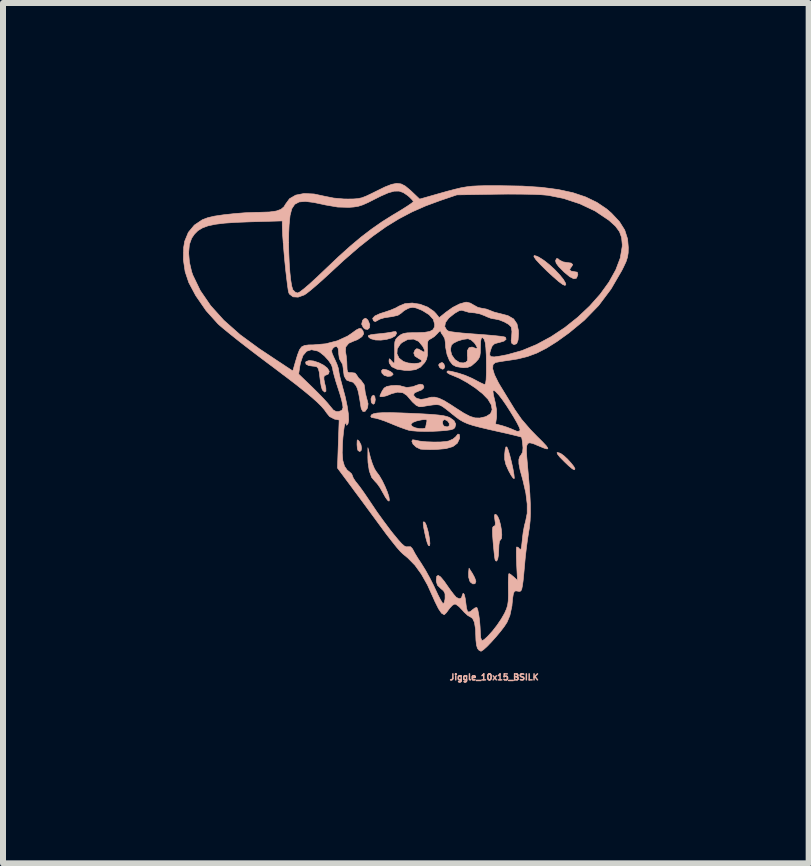
<source format=kicad_pcb>
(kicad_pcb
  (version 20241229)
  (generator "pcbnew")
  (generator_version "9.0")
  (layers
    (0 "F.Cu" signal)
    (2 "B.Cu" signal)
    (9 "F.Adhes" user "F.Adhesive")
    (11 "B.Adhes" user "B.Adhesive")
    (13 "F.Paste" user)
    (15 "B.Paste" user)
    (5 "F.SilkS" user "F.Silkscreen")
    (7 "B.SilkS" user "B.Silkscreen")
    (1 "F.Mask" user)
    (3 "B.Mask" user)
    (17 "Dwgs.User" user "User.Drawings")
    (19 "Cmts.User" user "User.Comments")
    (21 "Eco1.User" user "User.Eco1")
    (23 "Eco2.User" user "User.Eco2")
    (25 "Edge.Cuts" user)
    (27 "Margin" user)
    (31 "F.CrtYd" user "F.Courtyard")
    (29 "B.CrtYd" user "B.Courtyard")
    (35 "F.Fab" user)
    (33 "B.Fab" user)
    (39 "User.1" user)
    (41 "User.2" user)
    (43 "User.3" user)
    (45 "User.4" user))
  (footprint "Jiggle_10x15_BSILK"
    (layer "F.Cu")
    (at 3.914 4.423)
    (property "Reference" "Jiggle_10x15_BSILK" (at 1.27 3.81 0) (layer "B.SilkS") (effects (font (size 0.1 0.1) (thickness 0.025))))
    (attr through_hole)
    (fp_poly (pts (xy 0.431 -1.411) (xy 0.447 -1.366) (xy 0.432 -1.329) (xy 0.408 -1.321) (xy 0.376 -1.338) (xy 0.358 -1.356) (xy 0.344 -1.393) (xy 0.365 -1.419) (xy 0.402 -1.434) (xy 0.431 -1.411)) (stroke (width 0.01) (type solid)) (fill yes) (layer "B.SilkS"))
    (fp_poly (pts (xy -0.719 -0.867) (xy -0.711 -0.814) (xy -0.711 -0.813) (xy -0.721 -0.756) (xy -0.745 -0.737) (xy -0.772 -0.76) (xy -0.778 -0.775) (xy -0.783 -0.828) (xy -0.765 -0.874) (xy -0.737 -0.889) (xy -0.719 -0.867)) (stroke (width 0.01) (type solid)) (fill yes) (layer "B.SilkS"))
    (fp_poly (pts (xy -0.84 -2.146) (xy -0.827 -2.126) (xy -0.802 -2.063) (xy -0.808 -2.012) (xy -0.837 -1.984) (xy -0.881 -1.99) (xy -0.909 -2.012) (xy -0.938 -2.071) (xy -0.924 -2.133) (xy -0.903 -2.158) (xy -0.871 -2.171) (xy -0.84 -2.146)) (stroke (width 0.01) (type solid)) (fill yes) (layer "B.SilkS"))
    (fp_poly (pts (xy 0.908 2.083) (xy 0.944 2.15) (xy 0.964 2.206) (xy 0.965 2.216) (xy 0.95 2.253) (xy 0.914 2.256) (xy 0.875 2.227) (xy 0.863 2.209) (xy 0.845 2.146) (xy 0.843 2.075) (xy 0.851 1.994) (xy 0.908 2.083)) (stroke (width 0.01) (type solid)) (fill yes) (layer "B.SilkS"))
    (fp_poly (pts (xy -0.981 -0.121) (xy -0.977 -0.116) (xy -0.949 -0.062) (xy -0.94 -0.007) (xy -0.947 0.034) (xy -0.969 0.051) (xy -0.999 0.034) (xy -1.01 -0.001) (xy -1.015 -0.063) (xy -1.015 -0.074) (xy -1.013 -0.132) (xy -1.004 -0.145) (xy -0.981 -0.121)) (stroke (width 0.01) (type solid)) (fill yes) (layer "B.SilkS"))
    (fp_poly (pts (xy -0.517 -1.31) (xy -0.46 -1.284) (xy -0.421 -1.254) (xy -0.414 -1.234) (xy -0.446 -1.207) (xy -0.503 -1.201) (xy -0.563 -1.219) (xy -0.565 -1.221) (xy -0.601 -1.258) (xy -0.607 -1.297) (xy -0.583 -1.32) (xy -0.573 -1.321) (xy -0.517 -1.31)) (stroke (width 0.01) (type solid)) (fill yes) (layer "B.SilkS"))
    (fp_poly (pts (xy 2.354 0.073) (xy 2.385 0.087) (xy 2.434 0.123) (xy 2.493 0.178) (xy 2.551 0.242) (xy 2.597 0.3) (xy 2.616 0.338) (xy 2.616 0.34) (xy 2.605 0.355) (xy 2.571 0.338) (xy 2.509 0.286) (xy 2.445 0.225) (xy 2.364 0.143) (xy 2.322 0.089) (xy 2.318 0.066) (xy 2.354 0.073)) (stroke (width 0.01) (type solid)) (fill yes) (layer "B.SilkS"))
    (fp_poly (pts (xy 0.113 1.226) (xy 0.139 1.278) (xy 0.168 1.378) (xy 0.178 1.423) (xy 0.194 1.516) (xy 0.199 1.584) (xy 0.193 1.621) (xy 0.176 1.617) (xy 0.17 1.608) (xy 0.153 1.565) (xy 0.133 1.494) (xy 0.114 1.409) (xy 0.097 1.325) (xy 0.088 1.259) (xy 0.088 1.224) (xy 0.089 1.223) (xy 0.113 1.226)) (stroke (width 0.01) (type solid)) (fill yes) (layer "B.SilkS"))
    (fp_poly (pts (xy 1.482 -0.025) (xy 1.503 0.023) (xy 1.531 0.118) (xy 1.561 0.238) (xy 1.584 0.344) (xy 1.599 0.43) (xy 1.605 0.487) (xy 1.603 0.502) (xy 1.585 0.492) (xy 1.553 0.447) (xy 1.513 0.374) (xy 1.511 0.371) (xy 1.465 0.267) (xy 1.445 0.183) (xy 1.444 0.103) (xy 1.453 0.016) (xy 1.466 -0.027) (xy 1.482 -0.025)) (stroke (width 0.01) (type solid)) (fill yes) (layer "B.SilkS"))
    (fp_poly (pts (xy -0.356 -1.921) (xy -0.356 -1.919) (xy -0.379 -1.877) (xy -0.439 -1.843) (xy -0.523 -1.818) (xy -0.617 -1.806) (xy -0.707 -1.808) (xy -0.781 -1.828) (xy -0.802 -1.84) (xy -0.828 -1.864) (xy -0.825 -1.882) (xy -0.788 -1.895) (xy -0.71 -1.906) (xy -0.622 -1.914) (xy -0.53 -1.925) (xy -0.45 -1.937) (xy -0.413 -1.945) (xy -0.368 -1.949) (xy -0.356 -1.921)) (stroke (width 0.01) (type solid)) (fill yes) (layer "B.SilkS"))
    (fp_poly (pts (xy 1.978 -3.205) (xy 2.016 -3.187) (xy 2.098 -3.135) (xy 2.189 -3.063) (xy 2.28 -2.98) (xy 2.361 -2.894) (xy 2.424 -2.816) (xy 2.459 -2.755) (xy 2.464 -2.734) (xy 2.451 -2.717) (xy 2.413 -2.732) (xy 2.346 -2.781) (xy 2.249 -2.866) (xy 2.15 -2.957) (xy 2.04 -3.066) (xy 1.967 -3.145) (xy 1.932 -3.196) (xy 1.936 -3.216) (xy 1.978 -3.205)) (stroke (width 0.01) (type solid)) (fill yes) (layer "B.SilkS"))
    (fp_poly (pts (xy -0.79 0.159) (xy -0.759 0.255) (xy -0.724 0.338) (xy -0.693 0.387) (xy -0.645 0.451) (xy -0.595 0.536) (xy -0.549 0.631) (xy -0.51 0.724) (xy -0.484 0.803) (xy -0.476 0.859) (xy -0.483 0.877) (xy -0.505 0.863) (xy -0.541 0.814) (xy -0.582 0.74) (xy -0.583 0.739) (xy -0.63 0.655) (xy -0.679 0.586) (xy -0.713 0.55) (xy -0.771 0.482) (xy -0.811 0.373) (xy -0.832 0.233) (xy -0.835 0.152) (xy -0.834 -0.013) (xy -0.79 0.159)) (stroke (width 0.01) (type solid)) (fill yes) (layer "B.SilkS"))
    (fp_poly (pts (xy 2.336 -3.16) (xy 2.358 -3.14) (xy 2.417 -3.11) (xy 2.483 -3.099) (xy 2.552 -3.09) (xy 2.579 -3.065) (xy 2.559 -3.028) (xy 2.553 -3.023) (xy 2.527 -2.984) (xy 2.547 -2.957) (xy 2.607 -2.946) (xy 2.654 -2.938) (xy 2.664 -2.903) (xy 2.662 -2.89) (xy 2.641 -2.838) (xy 2.597 -2.828) (xy 2.529 -2.862) (xy 2.436 -2.939) (xy 2.421 -2.954) (xy 2.344 -3.032) (xy 2.303 -3.088) (xy 2.293 -3.127) (xy 2.295 -3.137) (xy 2.312 -3.167) (xy 2.336 -3.16)) (stroke (width 0.01) (type solid)) (fill yes) (layer "B.SilkS"))
    (fp_poly (pts (xy 0.69 -0.233) (xy 0.695 -0.186) (xy 0.692 -0.165) (xy 0.656 -0.088) (xy 0.582 -0.032) (xy 0.465 0.002) (xy 0.306 0.016) (xy 0.2 0.018) (xy 0.109 0.015) (xy 0.048 0.011) (xy 0.038 0.009) (xy -0.03 -0.024) (xy -0.082 -0.073) (xy -0.102 -0.121) (xy -0.089 -0.146) (xy -0.044 -0.139) (xy 0.031 -0.123) (xy 0.139 -0.112) (xy 0.26 -0.108) (xy 0.378 -0.109) (xy 0.475 -0.118) (xy 0.514 -0.126) (xy 0.583 -0.157) (xy 0.631 -0.197) (xy 0.636 -0.205) (xy 0.667 -0.241) (xy 0.69 -0.233)) (stroke (width 0.01) (type solid)) (fill yes) (layer "B.SilkS"))
    (fp_poly (pts (xy -1.739 -1.458) (xy -1.653 -1.43) (xy -1.571 -1.388) (xy -1.508 -1.338) (xy -1.478 -1.286) (xy -1.49 -1.243) (xy -1.524 -1.227) (xy -1.553 -1.216) (xy -1.567 -1.195) (xy -1.567 -1.154) (xy -1.553 -1.081) (xy -1.535 -1.01) (xy -1.533 -0.955) (xy -1.554 -0.94) (xy -1.587 -0.969) (xy -1.596 -0.984) (xy -1.611 -1.033) (xy -1.625 -1.113) (xy -1.633 -1.174) (xy -1.645 -1.274) (xy -1.661 -1.333) (xy -1.687 -1.362) (xy -1.729 -1.371) (xy -1.748 -1.372) (xy -1.82 -1.382) (xy -1.865 -1.405) (xy -1.872 -1.436) (xy -1.864 -1.449) (xy -1.814 -1.466) (xy -1.739 -1.458)) (stroke (width 0.01) (type solid)) (fill yes) (layer "B.SilkS"))
    (fp_poly (pts (xy 1.299 1.098) (xy 1.327 1.128) (xy 1.354 1.19) (xy 1.376 1.272) (xy 1.391 1.359) (xy 1.397 1.439) (xy 1.392 1.498) (xy 1.374 1.524) (xy 1.372 1.524) (xy 1.358 1.547) (xy 1.349 1.609) (xy 1.346 1.688) (xy 1.341 1.777) (xy 1.329 1.843) (xy 1.312 1.876) (xy 1.294 1.871) (xy 1.284 1.849) (xy 1.278 1.811) (xy 1.269 1.735) (xy 1.259 1.633) (xy 1.252 1.556) (xy 1.243 1.436) (xy 1.241 1.358) (xy 1.246 1.314) (xy 1.257 1.297) (xy 1.265 1.295) (xy 1.286 1.283) (xy 1.289 1.239) (xy 1.282 1.191) (xy 1.274 1.124) (xy 1.282 1.097) (xy 1.299 1.098)) (stroke (width 0.01) (type solid)) (fill yes) (layer "B.SilkS"))
    (fp_poly (pts (xy -0.282 -0.593) (xy -0.109 -0.586) (xy 0.083 -0.577) (xy 0.231 -0.568) (xy 0.342 -0.558) (xy 0.424 -0.547) (xy 0.483 -0.533) (xy 0.526 -0.517) (xy 0.529 -0.516) (xy 0.601 -0.464) (xy 0.63 -0.406) (xy 0.615 -0.349) (xy 0.594 -0.328) (xy 0.551 -0.313) (xy 0.469 -0.301) (xy 0.36 -0.292) (xy 0.236 -0.286) (xy 0.11 -0.285) (xy -0.008 -0.288) (xy -0.104 -0.296) (xy -0.153 -0.304) (xy -0.217 -0.325) (xy -0.311 -0.359) (xy -0.412 -0.4) (xy -0.118 -0.4) (xy -0.101 -0.375) (xy -0.086 -0.363) (xy -0.04 -0.344) (xy 0.023 -0.332) (xy 0.083 -0.331) (xy 0.122 -0.34) (xy 0.127 -0.349) (xy 0.134 -0.386) (xy 0.142 -0.422) (xy 0.408 -0.422) (xy 0.423 -0.383) (xy 0.438 -0.372) (xy 0.488 -0.359) (xy 0.516 -0.375) (xy 0.521 -0.382) (xy 0.521 -0.421) (xy 0.49 -0.462) (xy 0.446 -0.482) (xy 0.441 -0.483) (xy 0.414 -0.463) (xy 0.408 -0.422) (xy 0.142 -0.422) (xy 0.144 -0.429) (xy 0.151 -0.467) (xy 0.136 -0.482) (xy 0.089 -0.481) (xy 0.054 -0.476) (xy -0.023 -0.459) (xy -0.082 -0.436) (xy -0.092 -0.429) (xy -0.118 -0.4) (xy -0.412 -0.4) (xy -0.417 -0.402) (xy -0.453 -0.417) (xy -0.555 -0.458) (xy -0.646 -0.489) (xy -0.711 -0.506) (xy -0.726 -0.508) (xy -0.773 -0.517) (xy -0.787 -0.534) (xy -0.777 -0.559) (xy -0.744 -0.578) (xy -0.682 -0.591) (xy -0.588 -0.597) (xy -0.456 -0.598) (xy -0.282 -0.593)) (stroke (width 0.01) (type solid)) (fill yes) (layer "B.SilkS"))
    (fp_poly (pts (xy -0.282 -4.409) (xy -0.213 -4.374) (xy -0.138 -4.312) (xy -0.111 -4.288) (xy 0.028 -4.156) (xy 0.135 -4.186) (xy 0.331 -4.242) (xy 0.487 -4.286) (xy 0.613 -4.319) (xy 0.717 -4.344) (xy 0.81 -4.36) (xy 0.901 -4.371) (xy 0.998 -4.376) (xy 1.111 -4.379) (xy 1.25 -4.379) (xy 1.372 -4.379) (xy 1.737 -4.373) (xy 2.058 -4.352) (xy 2.338 -4.315) (xy 2.583 -4.262) (xy 2.795 -4.191) (xy 2.981 -4.101) (xy 3.143 -3.992) (xy 3.224 -3.922) (xy 3.357 -3.78) (xy 3.445 -3.64) (xy 3.493 -3.491) (xy 3.505 -3.349) (xy 3.503 -3.26) (xy 3.491 -3.187) (xy 3.467 -3.112) (xy 3.423 -3.019) (xy 3.396 -2.965) (xy 3.216 -2.656) (xy 3.011 -2.383) (xy 2.772 -2.137) (xy 2.515 -1.925) (xy 2.316 -1.782) (xy 2.141 -1.672) (xy 1.98 -1.59) (xy 1.823 -1.532) (xy 1.66 -1.492) (xy 1.547 -1.474) (xy 1.443 -1.459) (xy 1.355 -1.445) (xy 1.298 -1.434) (xy 1.289 -1.432) (xy 1.25 -1.397) (xy 1.245 -1.329) (xy 1.275 -1.23) (xy 1.338 -1.102) (xy 1.367 -1.052) (xy 1.442 -0.929) (xy 1.527 -0.79) (xy 1.605 -0.663) (xy 1.614 -0.648) (xy 1.726 -0.487) (xy 1.875 -0.314) (xy 1.98 -0.206) (xy 2.079 -0.108) (xy 2.141 -0.041) (xy 2.165 -0.003) (xy 2.153 0.008) (xy 2.103 -0.006) (xy 2.017 -0.041) (xy 1.988 -0.053) (xy 1.915 -0.083) (xy 1.863 -0.095) (xy 1.83 -0.085) (xy 1.812 -0.045) (xy 1.807 0.028) (xy 1.813 0.14) (xy 1.827 0.298) (xy 1.827 0.298) (xy 1.849 0.55) (xy 1.865 0.759) (xy 1.873 0.932) (xy 1.874 1.079) (xy 1.869 1.205) (xy 1.857 1.32) (xy 1.845 1.39) (xy 1.826 1.511) (xy 1.806 1.661) (xy 1.788 1.818) (xy 1.779 1.918) (xy 1.764 2.084) (xy 1.752 2.206) (xy 1.74 2.29) (xy 1.729 2.343) (xy 1.715 2.372) (xy 1.697 2.381) (xy 1.673 2.379) (xy 1.663 2.377) (xy 1.629 2.372) (xy 1.606 2.383) (xy 1.59 2.418) (xy 1.579 2.486) (xy 1.568 2.594) (xy 1.566 2.622) (xy 1.532 2.781) (xy 1.485 2.894) (xy 1.441 2.962) (xy 1.377 3.046) (xy 1.302 3.136) (xy 1.224 3.223) (xy 1.151 3.299) (xy 1.091 3.353) (xy 1.052 3.378) (xy 1.049 3.378) (xy 1.013 3.358) (xy 0.991 3.329) (xy 0.975 3.273) (xy 0.966 3.194) (xy 0.965 3.168) (xy 0.959 3.008) (xy 0.941 2.897) (xy 0.91 2.831) (xy 0.878 2.809) (xy 0.83 2.782) (xy 0.771 2.728) (xy 0.74 2.693) (xy 0.685 2.635) (xy 0.635 2.598) (xy 0.615 2.591) (xy 0.575 2.611) (xy 0.528 2.661) (xy 0.514 2.68) (xy 0.474 2.735) (xy 0.442 2.766) (xy 0.436 2.769) (xy 0.393 2.744) (xy 0.342 2.669) (xy 0.281 2.546) (xy 0.26 2.498) (xy 0.159 2.274) (xy 0.057 2.093) (xy -0.05 1.945) (xy -0.17 1.823) (xy -0.25 1.757) (xy -0.291 1.718) (xy -0.355 1.645) (xy -0.434 1.546) (xy -0.523 1.432) (xy -0.59 1.341) (xy -0.701 1.19) (xy -0.826 1.02) (xy -0.951 0.85) (xy -1.065 0.697) (xy -1.096 0.654) (xy -1.341 0.325) (xy -1.327 -0.075) (xy -1.313 -0.475) (xy -1.391 -0.49) (xy -1.472 -0.532) (xy -1.521 -0.592) (xy -1.559 -0.646) (xy -1.61 -0.705) (xy -1.68 -0.774) (xy -1.77 -0.854) (xy -1.886 -0.95) (xy -2.03 -1.065) (xy -2.208 -1.201) (xy -2.26 -1.24) (xy -1.988 -1.24) (xy -1.76 -1.02) (xy -1.664 -0.925) (xy -1.575 -0.833) (xy -1.504 -0.755) (xy -1.462 -0.703) (xy -1.41 -0.641) (xy -1.364 -0.616) (xy -1.325 -0.614) (xy -1.268 -0.636) (xy -1.249 -0.68) (xy -1.254 -0.727) (xy -1.272 -0.809) (xy -1.302 -0.914) (xy -1.332 -1.006) (xy -1.369 -1.121) (xy -1.398 -1.224) (xy -1.417 -1.301) (xy -1.422 -1.336) (xy -1.442 -1.396) (xy -1.491 -1.469) (xy -1.559 -1.543) (xy -1.632 -1.602) (xy -1.674 -1.625) (xy -1.774 -1.646) (xy -1.854 -1.621) (xy -1.916 -1.549) (xy -1.957 -1.43) (xy -1.97 -1.363) (xy -1.988 -1.24) (xy -2.26 -1.24) (xy -2.421 -1.362) (xy -2.502 -1.422) (xy -2.672 -1.55) (xy -2.837 -1.676) (xy -2.99 -1.795) (xy -3.125 -1.903) (xy -3.235 -1.993) (xy -3.314 -2.06) (xy -3.335 -2.08) (xy -3.53 -2.297) (xy -3.703 -2.548) (xy -3.818 -2.764) (xy -3.879 -2.946) (xy -3.909 -3.148) (xy -3.906 -3.26) (xy -3.821 -3.26) (xy -3.808 -3.105) (xy -3.771 -2.946) (xy -3.751 -2.889) (xy -3.627 -2.632) (xy -3.455 -2.381) (xy -3.234 -2.136) (xy -2.963 -1.896) (xy -2.642 -1.661) (xy -2.604 -1.636) (xy -2.476 -1.551) (xy -2.359 -1.473) (xy -2.26 -1.408) (xy -2.188 -1.36) (xy -2.154 -1.338) (xy -2.085 -1.292) (xy -2.043 -1.44) (xy -2.006 -1.562) (xy -1.974 -1.644) (xy -1.939 -1.693) (xy -1.89 -1.717) (xy -1.821 -1.726) (xy -1.742 -1.727) (xy -1.538 -1.745) (xy -1.343 -1.795) (xy -1.173 -1.873) (xy -1.106 -1.918) (xy -1.028 -1.975) (xy -0.978 -2) (xy -0.945 -1.997) (xy -0.92 -1.966) (xy -0.915 -1.957) (xy -0.904 -1.912) (xy -0.93 -1.869) (xy -0.943 -1.857) (xy -1.009 -1.813) (xy -1.068 -1.791) (xy -1.154 -1.753) (xy -1.203 -1.692) (xy -1.208 -1.614) (xy -1.206 -1.607) (xy -1.195 -1.541) (xy -1.186 -1.45) (xy -1.184 -1.397) (xy -1.181 -1.317) (xy -1.172 -1.277) (xy -1.15 -1.263) (xy -1.111 -1.265) (xy -1.049 -1.257) (xy -1.023 -1.227) (xy -0.991 -1.177) (xy -0.948 -1.135) (xy -0.897 -1.064) (xy -0.888 -1.008) (xy -0.878 -0.929) (xy -0.856 -0.841) (xy -0.852 -0.829) (xy -0.831 -0.746) (xy -0.839 -0.684) (xy -0.844 -0.67) (xy -0.881 -0.619) (xy -0.917 -0.617) (xy -0.944 -0.662) (xy -0.95 -0.692) (xy -0.97 -0.819) (xy -0.986 -0.908) (xy -1 -0.968) (xy -1.015 -1.012) (xy -1.032 -1.047) (xy -1.08 -1.104) (xy -1.132 -1.118) (xy -1.191 -1.141) (xy -1.229 -1.207) (xy -1.244 -1.314) (xy -1.245 -1.332) (xy -1.255 -1.4) (xy -1.282 -1.447) (xy -1.283 -1.448) (xy -1.31 -1.498) (xy -1.321 -1.581) (xy -1.321 -1.591) (xy -1.33 -1.669) (xy -1.356 -1.703) (xy -1.397 -1.689) (xy -1.423 -1.663) (xy -1.438 -1.632) (xy -1.432 -1.59) (xy -1.403 -1.522) (xy -1.388 -1.491) (xy -1.351 -1.409) (xy -1.327 -1.338) (xy -1.321 -1.304) (xy -1.314 -1.256) (xy -1.296 -1.174) (xy -1.269 -1.073) (xy -1.258 -1.032) (xy -1.212 -0.861) (xy -1.179 -0.705) (xy -1.159 -0.574) (xy -1.154 -0.475) (xy -1.165 -0.416) (xy -1.166 -0.414) (xy -1.187 -0.386) (xy -1.194 -0.403) (xy -1.194 -0.406) (xy -1.198 -0.432) (xy -1.214 -0.411) (xy -1.217 -0.406) (xy -1.228 -0.366) (xy -1.239 -0.288) (xy -1.25 -0.184) (xy -1.256 -0.1) (xy -1.262 0.072) (xy -1.252 0.201) (xy -1.224 0.295) (xy -1.178 0.361) (xy -1.145 0.386) (xy -1.104 0.424) (xy -1.092 0.454) (xy -1.077 0.493) (xy -1.038 0.552) (xy -1.014 0.581) (xy -0.968 0.64) (xy -0.904 0.729) (xy -0.832 0.835) (xy -0.77 0.927) (xy -0.68 1.061) (xy -0.573 1.209) (xy -0.467 1.351) (xy -0.416 1.416) (xy -0.332 1.518) (xy -0.272 1.585) (xy -0.229 1.623) (xy -0.196 1.638) (xy -0.169 1.637) (xy -0.122 1.637) (xy -0.089 1.674) (xy -0.079 1.694) (xy -0.049 1.75) (xy 0.00025 1.831) (xy 0.059 1.92) (xy 0.065 1.93) (xy 0.127 2.03) (xy 0.196 2.155) (xy 0.262 2.285) (xy 0.286 2.337) (xy 0.333 2.437) (xy 0.375 2.519) (xy 0.407 2.571) (xy 0.419 2.585) (xy 0.437 2.567) (xy 0.45 2.514) (xy 0.452 2.491) (xy 0.451 2.42) (xy 0.427 2.372) (xy 0.382 2.334) (xy 0.325 2.278) (xy 0.305 2.212) (xy 0.305 2.192) (xy 0.312 2.131) (xy 0.336 2.113) (xy 0.377 2.139) (xy 0.437 2.211) (xy 0.48 2.273) (xy 0.54 2.358) (xy 0.595 2.43) (xy 0.634 2.475) (xy 0.637 2.479) (xy 0.688 2.504) (xy 0.725 2.489) (xy 0.737 2.45) (xy 0.749 2.417) (xy 0.758 2.413) (xy 0.773 2.436) (xy 0.787 2.495) (xy 0.795 2.552) (xy 0.808 2.654) (xy 0.824 2.71) (xy 0.848 2.727) (xy 0.884 2.708) (xy 0.904 2.69) (xy 0.95 2.656) (xy 0.981 2.649) (xy 0.982 2.65) (xy 0.997 2.688) (xy 1.012 2.762) (xy 1.026 2.861) (xy 1.035 2.969) (xy 1.04 3.067) (xy 1.046 3.155) (xy 1.063 3.196) (xy 1.074 3.2) (xy 1.105 3.182) (xy 1.158 3.134) (xy 1.222 3.064) (xy 1.242 3.042) (xy 1.318 2.944) (xy 1.389 2.839) (xy 1.442 2.747) (xy 1.444 2.743) (xy 1.475 2.673) (xy 1.494 2.611) (xy 1.504 2.54) (xy 1.507 2.447) (xy 1.506 2.343) (xy 1.505 2.235) (xy 1.507 2.149) (xy 1.512 2.095) (xy 1.517 2.083) (xy 1.545 2.098) (xy 1.591 2.136) (xy 1.596 2.14) (xy 1.658 2.197) (xy 1.644 1.925) (xy 1.64 1.813) (xy 1.639 1.721) (xy 1.641 1.659) (xy 1.645 1.64) (xy 1.668 1.646) (xy 1.69 1.67) (xy 1.707 1.684) (xy 1.719 1.669) (xy 1.728 1.619) (xy 1.738 1.526) (xy 1.739 1.51) (xy 1.753 1.397) (xy 1.773 1.288) (xy 1.795 1.205) (xy 1.796 1.2) (xy 1.82 1.08) (xy 1.82 0.924) (xy 1.797 0.739) (xy 1.75 0.535) (xy 1.739 0.494) (xy 1.701 0.355) (xy 1.682 0.255) (xy 1.681 0.184) (xy 1.696 0.135) (xy 1.717 0.108) (xy 1.743 0.062) (xy 1.75 -0.01) (xy 1.746 -0.056) (xy 1.738 -0.129) (xy 1.729 -0.179) (xy 1.725 -0.189) (xy 1.697 -0.198) (xy 1.63 -0.215) (xy 1.531 -0.239) (xy 1.409 -0.267) (xy 1.359 -0.278) (xy 1.172 -0.32) (xy 1.026 -0.355) (xy 0.913 -0.385) (xy 0.825 -0.414) (xy 0.754 -0.446) (xy 0.691 -0.482) (xy 0.629 -0.528) (xy 0.558 -0.584) (xy 0.557 -0.586) (xy 0.468 -0.657) (xy 0.406 -0.702) (xy 0.359 -0.725) (xy 0.315 -0.731) (xy 0.262 -0.728) (xy 0.254 -0.727) (xy 0.166 -0.715) (xy 0.088 -0.701) (xy 0.071 -0.697) (xy 0.021 -0.696) (xy -0.03 -0.72) (xy -0.092 -0.776) (xy -0.171 -0.868) (xy -0.184 -0.884) (xy -0.249 -0.928) (xy -0.339 -0.939) (xy -0.439 -0.914) (xy -0.466 -0.902) (xy -0.526 -0.878) (xy -0.586 -0.864) (xy -0.627 -0.864) (xy -0.635 -0.872) (xy -0.625 -0.899) (xy -0.6 -0.951) (xy -0.597 -0.958) (xy -0.564 -1.007) (xy -0.519 -1.034) (xy -0.442 -1.048) (xy -0.438 -1.048) (xy -0.357 -1.052) (xy -0.292 -1.045) (xy -0.275 -1.039) (xy -0.187 -1.017) (xy -0.085 -1.03) (xy -0.029 -1.052) (xy 0.035 -1.072) (xy 0.082 -1.062) (xy 0.099 -1.028) (xy 0.094 -1.008) (xy 0.061 -0.976) (xy 0.002 -0.953) (xy -0.059 -0.926) (xy -0.073 -0.888) (xy -0.038 -0.847) (xy -0.013 -0.834) (xy 0.049 -0.818) (xy 0.123 -0.829) (xy 0.15 -0.837) (xy 0.218 -0.855) (xy 0.282 -0.856) (xy 0.352 -0.837) (xy 0.437 -0.797) (xy 0.546 -0.73) (xy 0.636 -0.671) (xy 0.765 -0.589) (xy 0.866 -0.536) (xy 0.951 -0.51) (xy 1.03 -0.508) (xy 1.114 -0.527) (xy 1.139 -0.536) (xy 1.209 -0.58) (xy 1.236 -0.646) (xy 1.222 -0.727) (xy 1.167 -0.82) (xy 1.076 -0.914) (xy 1.028 -0.952) (xy 1.249 -0.952) (xy 1.258 -0.891) (xy 1.283 -0.785) (xy 1.285 -0.779) (xy 1.309 -0.644) (xy 1.31 -0.527) (xy 1.309 -0.517) (xy 1.293 -0.409) (xy 1.402 -0.381) (xy 1.486 -0.354) (xy 1.56 -0.325) (xy 1.575 -0.318) (xy 1.651 -0.286) (xy 1.693 -0.29) (xy 1.702 -0.313) (xy 1.688 -0.354) (xy 1.652 -0.426) (xy 1.599 -0.519) (xy 1.536 -0.621) (xy 1.47 -0.724) (xy 1.407 -0.815) (xy 1.353 -0.885) (xy 1.341 -0.899) (xy 1.289 -0.953) (xy 1.259 -0.971) (xy 1.249 -0.952) (xy 1.028 -0.952) (xy 0.956 -1.009) (xy 0.821 -1.098) (xy 0.689 -1.171) (xy 0.594 -1.211) (xy 0.528 -1.238) (xy 0.488 -1.263) (xy 0.483 -1.272) (xy 0.487 -1.288) (xy 0.505 -1.293) (xy 0.549 -1.287) (xy 0.627 -1.268) (xy 0.673 -1.256) (xy 0.784 -1.22) (xy 0.9 -1.17) (xy 0.954 -1.142) (xy 1.029 -1.102) (xy 1.089 -1.074) (xy 1.114 -1.067) (xy 1.127 -1.087) (xy 1.136 -1.15) (xy 1.14 -1.258) (xy 1.14 -1.391) (xy 1.138 -1.558) (xy 1.131 -1.68) (xy 1.121 -1.764) (xy 1.105 -1.817) (xy 1.082 -1.843) (xy 1.072 -1.848) (xy 1.055 -1.838) (xy 1.045 -1.788) (xy 1.041 -1.694) (xy 1.041 -1.689) (xy 1.039 -1.595) (xy 1.03 -1.534) (xy 1.006 -1.488) (xy 0.962 -1.439) (xy 0.955 -1.433) (xy 0.89 -1.377) (xy 0.829 -1.352) (xy 0.755 -1.346) (xy 0.639 -1.364) (xy 0.578 -1.396) (xy 0.526 -1.463) (xy 0.485 -1.565) (xy 0.469 -1.645) (xy 0.541 -1.645) (xy 0.562 -1.56) (xy 0.613 -1.486) (xy 0.628 -1.474) (xy 0.696 -1.431) (xy 0.757 -1.426) (xy 0.798 -1.438) (xy 0.824 -1.462) (xy 0.827 -1.515) (xy 0.823 -1.547) (xy 0.823 -1.63) (xy 0.851 -1.68) (xy 0.902 -1.691) (xy 0.938 -1.677) (xy 0.98 -1.664) (xy 0.987 -1.683) (xy 0.959 -1.734) (xy 0.938 -1.762) (xy 0.887 -1.808) (xy 0.835 -1.829) (xy 0.833 -1.829) (xy 0.75 -1.818) (xy 0.663 -1.791) (xy 0.591 -1.755) (xy 0.556 -1.721) (xy 0.541 -1.645) (xy 0.469 -1.645) (xy 0.461 -1.687) (xy 0.457 -1.761) (xy 0.447 -1.829) (xy 0.421 -1.878) (xy 0.419 -1.88) (xy 0.387 -1.925) (xy 0.381 -1.95) (xy 0.369 -1.961) (xy 0.335 -1.93) (xy 0.327 -1.919) (xy 0.271 -1.864) (xy 0.214 -1.828) (xy 0.213 -1.828) (xy 0.18 -1.81) (xy 0.163 -1.781) (xy 0.158 -1.726) (xy 0.159 -1.654) (xy 0.158 -1.555) (xy 0.143 -1.486) (xy 0.112 -1.431) (xy 0.043 -1.357) (xy -0.037 -1.315) (xy -0.142 -1.3) (xy -0.221 -1.302) (xy -0.35 -1.321) (xy -0.437 -1.363) (xy -0.478 -1.425) (xy -0.482 -1.458) (xy -0.478 -1.495) (xy -0.462 -1.486) (xy -0.447 -1.467) (xy -0.414 -1.431) (xy -0.398 -1.422) (xy -0.391 -1.446) (xy -0.388 -1.507) (xy -0.388 -1.579) (xy -0.35 -1.579) (xy -0.315 -1.506) (xy -0.243 -1.45) (xy -0.164 -1.425) (xy -0.061 -1.415) (xy 0.019 -1.424) (xy 0.064 -1.449) (xy 0.065 -1.451) (xy 0.055 -1.475) (xy 0.014 -1.498) (xy -0.05 -1.539) (xy -0.07 -1.591) (xy -0.05 -1.639) (xy -0.022 -1.663) (xy 0.012 -1.656) (xy 0.044 -1.637) (xy 0.096 -1.608) (xy 0.115 -1.615) (xy 0.102 -1.658) (xy 0.079 -1.703) (xy 0.012 -1.785) (xy -0.074 -1.823) (xy -0.17 -1.817) (xy -0.265 -1.766) (xy -0.294 -1.74) (xy -0.345 -1.661) (xy -0.35 -1.579) (xy -0.388 -1.579) (xy -0.388 -1.595) (xy -0.388 -1.615) (xy -0.39 -1.714) (xy -0.385 -1.777) (xy -0.37 -1.818) (xy -0.342 -1.852) (xy -0.322 -1.869) (xy -0.282 -1.899) (xy -0.239 -1.917) (xy -0.178 -1.927) (xy -0.087 -1.93) (xy -0.026 -1.93) (xy 0.107 -1.935) (xy 0.196 -1.95) (xy 0.25 -1.979) (xy 0.275 -2.025) (xy 0.279 -2.068) (xy 0.255 -2.152) (xy 0.185 -2.23) (xy 0.074 -2.299) (xy 0.049 -2.31) (xy -0.032 -2.342) (xy -0.088 -2.352) (xy -0.139 -2.343) (xy -0.162 -2.335) (xy -0.23 -2.298) (xy -0.28 -2.255) (xy -0.333 -2.22) (xy -0.427 -2.198) (xy -0.471 -2.192) (xy -0.561 -2.178) (xy -0.635 -2.156) (xy -0.667 -2.138) (xy -0.711 -2.114) (xy -0.741 -2.128) (xy -0.755 -2.168) (xy -0.719 -2.208) (xy -0.632 -2.248) (xy -0.552 -2.273) (xy -0.455 -2.306) (xy -0.366 -2.344) (xy -0.318 -2.372) (xy -0.217 -2.414) (xy -0.095 -2.424) (xy 0.035 -2.404) (xy 0.16 -2.357) (xy 0.264 -2.286) (xy 0.302 -2.246) (xy 0.354 -2.18) (xy 0.465 -2.27) (xy 0.579 -2.351) (xy 0.693 -2.409) (xy 0.791 -2.437) (xy 0.814 -2.438) (xy 0.872 -2.423) (xy 0.933 -2.388) (xy 1 -2.351) (xy 1.064 -2.337) (xy 1.138 -2.324) (xy 1.196 -2.302) (xy 1.266 -2.274) (xy 1.351 -2.252) (xy 1.361 -2.25) (xy 1.499 -2.214) (xy 1.594 -2.159) (xy 1.65 -2.077) (xy 1.674 -1.965) (xy 1.676 -1.914) (xy 1.668 -1.807) (xy 1.645 -1.747) (xy 1.605 -1.732) (xy 1.587 -1.736) (xy 1.561 -1.756) (xy 1.553 -1.797) (xy 1.561 -1.866) (xy 1.566 -1.95) (xy 1.556 -2.016) (xy 1.552 -2.028) (xy 1.51 -2.069) (xy 1.437 -2.11) (xy 1.353 -2.143) (xy 1.277 -2.159) (xy 1.268 -2.159) (xy 1.214 -2.17) (xy 1.141 -2.198) (xy 1.118 -2.21) (xy 1.032 -2.243) (xy 0.946 -2.26) (xy 0.929 -2.261) (xy 0.848 -2.269) (xy 0.777 -2.29) (xy 0.73 -2.304) (xy 0.685 -2.295) (xy 0.621 -2.258) (xy 0.611 -2.252) (xy 0.513 -2.174) (xy 0.458 -2.099) (xy 0.446 -2.031) (xy 0.479 -1.975) (xy 0.507 -1.956) (xy 0.545 -1.947) (xy 0.626 -1.936) (xy 0.738 -1.924) (xy 0.874 -1.913) (xy 0.993 -1.904) (xy 1.138 -1.893) (xy 1.266 -1.882) (xy 1.368 -1.871) (xy 1.434 -1.861) (xy 1.457 -1.854) (xy 1.469 -1.82) (xy 1.434 -1.79) (xy 1.357 -1.767) (xy 1.348 -1.766) (xy 1.277 -1.746) (xy 1.238 -1.71) (xy 1.221 -1.671) (xy 1.199 -1.601) (xy 1.196 -1.555) (xy 1.218 -1.531) (xy 1.271 -1.526) (xy 1.362 -1.539) (xy 1.487 -1.563) (xy 1.731 -1.631) (xy 1.975 -1.732) (xy 2.216 -1.862) (xy 2.447 -2.015) (xy 2.664 -2.188) (xy 2.862 -2.375) (xy 3.037 -2.572) (xy 3.183 -2.774) (xy 3.296 -2.977) (xy 3.371 -3.175) (xy 3.403 -3.365) (xy 3.404 -3.398) (xy 3.393 -3.515) (xy 3.358 -3.613) (xy 3.291 -3.704) (xy 3.185 -3.8) (xy 3.171 -3.81) (xy 2.952 -3.957) (xy 2.698 -4.077) (xy 2.425 -4.167) (xy 2.166 -4.219) (xy 2.059 -4.228) (xy 1.908 -4.235) (xy 1.719 -4.238) (xy 1.499 -4.239) (xy 1.299 -4.237) (xy 0.648 -4.226) (xy 0.374 -4.133) (xy 0.13 -4.043) (xy -0.097 -3.943) (xy -0.316 -3.828) (xy -0.533 -3.695) (xy -0.753 -3.538) (xy -0.985 -3.354) (xy -1.235 -3.137) (xy -1.483 -2.908) (xy -1.595 -2.805) (xy -1.702 -2.711) (xy -1.794 -2.633) (xy -1.863 -2.579) (xy -1.896 -2.558) (xy -1.997 -2.522) (xy -2.081 -2.527) (xy -2.14 -2.572) (xy -2.151 -2.591) (xy -2.161 -2.632) (xy -2.173 -2.714) (xy -2.187 -2.828) (xy -2.203 -2.965) (xy -2.218 -3.114) (xy -2.232 -3.268) (xy -2.244 -3.416) (xy -2.245 -3.43) (xy -2.155 -3.43) (xy -2.152 -3.26) (xy -2.145 -3.093) (xy -2.134 -2.938) (xy -2.12 -2.806) (xy -2.103 -2.705) (xy -2.085 -2.645) (xy -2.085 -2.645) (xy -2.042 -2.603) (xy -2.004 -2.591) (xy -1.968 -2.609) (xy -1.9 -2.661) (xy -1.804 -2.743) (xy -1.682 -2.855) (xy -1.542 -2.988) (xy -1.322 -3.197) (xy -1.126 -3.373) (xy -0.946 -3.524) (xy -0.773 -3.656) (xy -0.598 -3.778) (xy -0.413 -3.894) (xy -0.375 -3.916) (xy -0.266 -3.982) (xy -0.175 -4.04) (xy -0.109 -4.085) (xy -0.078 -4.111) (xy -0.076 -4.115) (xy -0.094 -4.142) (xy -0.14 -4.188) (xy -0.171 -4.215) (xy -0.243 -4.264) (xy -0.314 -4.289) (xy -0.395 -4.288) (xy -0.493 -4.261) (xy -0.619 -4.206) (xy -0.711 -4.16) (xy -0.829 -4.1) (xy -0.919 -4.06) (xy -0.994 -4.036) (xy -1.069 -4.024) (xy -1.15 -4.018) (xy -1.338 -4.023) (xy -1.547 -4.059) (xy -1.558 -4.062) (xy -1.738 -4.1) (xy -1.877 -4.117) (xy -1.98 -4.108) (xy -2.053 -4.069) (xy -2.102 -3.995) (xy -2.131 -3.883) (xy -2.147 -3.726) (xy -2.153 -3.594) (xy -2.155 -3.43) (xy -2.245 -3.43) (xy -2.254 -3.548) (xy -2.259 -3.657) (xy -2.261 -3.715) (xy -2.261 -3.792) (xy -2.788 -3.777) (xy -3.027 -3.768) (xy -3.221 -3.755) (xy -3.376 -3.736) (xy -3.498 -3.71) (xy -3.592 -3.675) (xy -3.666 -3.63) (xy -3.724 -3.572) (xy -3.771 -3.503) (xy -3.809 -3.397) (xy -3.821 -3.26) (xy -3.906 -3.26) (xy -3.904 -3.35) (xy -3.886 -3.455) (xy -3.826 -3.601) (xy -3.726 -3.722) (xy -3.592 -3.812) (xy -3.502 -3.846) (xy -3.39 -3.872) (xy -3.241 -3.894) (xy -3.067 -3.913) (xy -2.882 -3.928) (xy -2.7 -3.935) (xy -2.629 -3.936) (xy -2.474 -3.941) (xy -2.361 -3.957) (xy -2.283 -3.985) (xy -2.232 -4.028) (xy -2.208 -4.069) (xy -2.14 -4.162) (xy -2.037 -4.222) (xy -1.899 -4.249) (xy -1.731 -4.241) (xy -1.549 -4.202) (xy -1.404 -4.173) (xy -1.238 -4.158) (xy -1.168 -4.157) (xy -1.073 -4.158) (xy -1 -4.164) (xy -0.934 -4.178) (xy -0.862 -4.206) (xy -0.769 -4.25) (xy -0.693 -4.288) (xy -0.55 -4.358) (xy -0.44 -4.401) (xy -0.354 -4.418) (xy -0.282 -4.409)) (stroke (width 0.01) (type solid)) (fill yes) (layer "B.SilkS")))
  (gr_rect
    (start -3 -3)
    (end 10.424 11.335)
    (stroke (width 0.1) (type default))
    (fill no)
    (layer "Edge.Cuts")))
</source>
